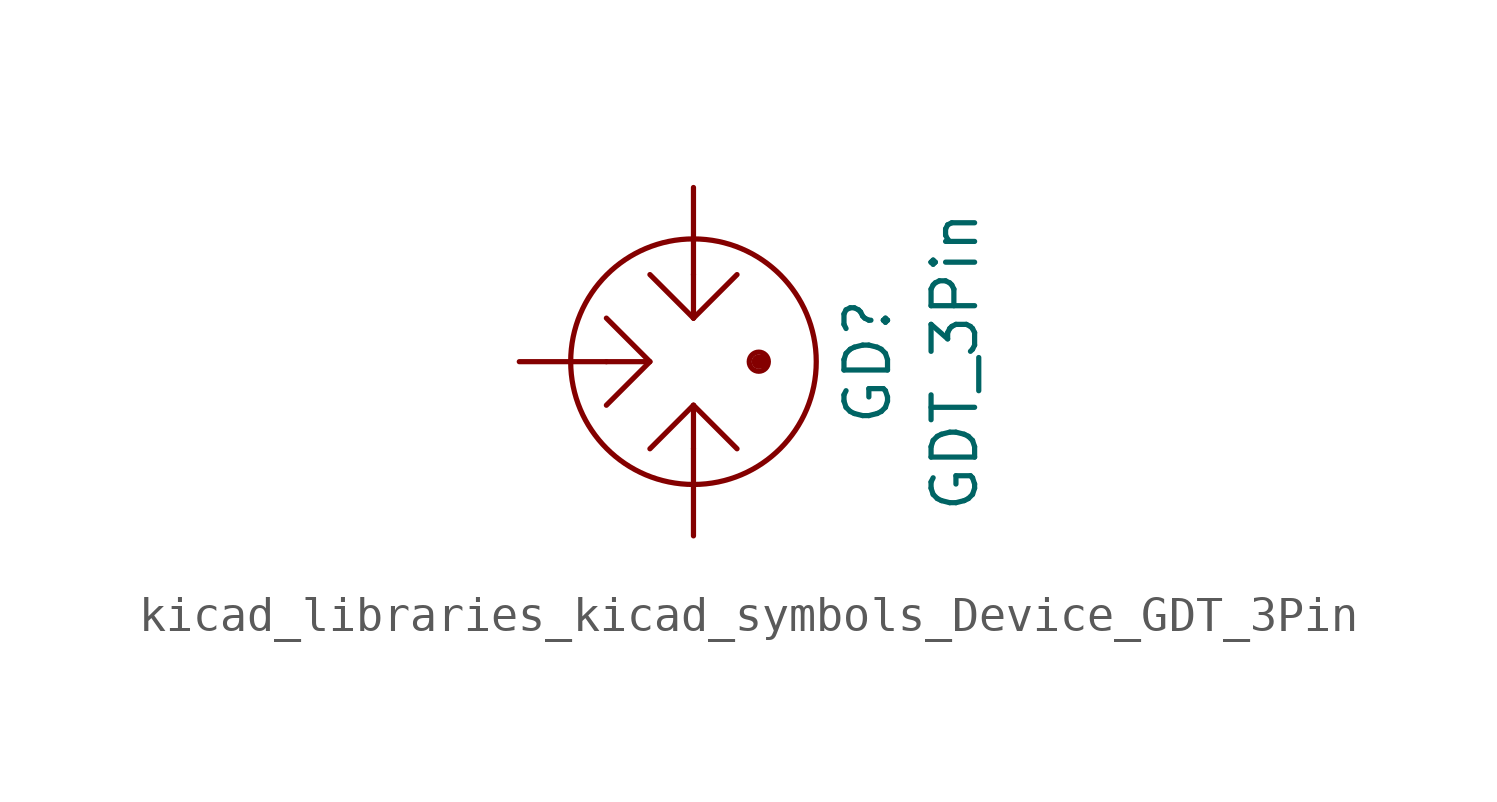
<source format=kicad_sym>
(kicad_symbol_lib
  (version 20220914)
  (generator kicad_symbol_editor)
  (symbol "kicad_libraries_kicad_symbols_Device_GDT_3Pin"
    (pin_numbers hide)
    (property "Reference" "GD"
      (at 5.08 0 90)
      (effects (font (size 1.27 1.27))))
    (property "Value" "GDT_3Pin"
      (at 7.62 0 90)
      (effects (font (size 1.27 1.27))))
    (symbol "kicad_libraries_kicad_symbols_Device_GDT_3Pin_0_1"
      (polyline (pts (xy -2.54 0) (xy -1.27 0)) (stroke (width 0) (type default)) (fill (type none)))
      (polyline (pts (xy 0 -2.54) (xy 0 -1.27)) (stroke (width 0) (type default)) (fill (type none)))
      (polyline (pts (xy 0 -1.27) (xy -1.27 -2.54)) (stroke (width 0) (type default)) (fill (type none)))
      (polyline (pts (xy 0 -1.27) (xy 1.27 -2.54)) (stroke (width 0) (type default)) (fill (type none)))
      (polyline (pts (xy 0 1.27) (xy -1.27 2.54)) (stroke (width 0) (type default)) (fill (type none)))
      (polyline (pts (xy 0 1.27) (xy 1.27 2.54)) (stroke (width 0) (type default)) (fill (type none)))
      (polyline (pts (xy 0 2.54) (xy 0 1.27)) (stroke (width 0) (type default)) (fill (type none)))
      (polyline (pts (xy -2.54 1.27) (xy -1.27 0) (xy -2.54 -1.27)) (stroke (width 0) (type default)) (fill (type none)))
      (circle (center 0 0) (radius 3.581) (stroke (width 0) (type default)) (fill (type none)))
      (circle (center 1.905 0) (radius 0.127) (stroke (width 0) (type default)) (fill (type none)))
      (circle (center 1.905 0) (radius 0.127) (stroke (width 0) (type default)) (fill (type none)))
      (circle (center 1.905 0) (radius 0.279) (stroke (width 0) (type default)) (fill (type none)))
      (circle (center 2.032 0) (radius 0.127) (stroke (width 0) (type default)) (fill (type none))))
    (symbol "kicad_libraries_kicad_symbols_Device_GDT_3Pin_1_1"
      (pin passive line (at 0 -5.08 90) (length 2.54) (name "~" (effects (font (size 1.27 1.27)))) (number "1" (effects (font (size 1.27 1.27)))))
      (pin passive line (at -5.08 0 0) (length 2.54) (name "~" (effects (font (size 1.27 1.27)))) (number "2" (effects (font (size 1.27 1.27)))))
      (pin passive line (at 0 5.08 270) (length 2.54) (name "~" (effects (font (size 1.27 1.27)))) (number "3" (effects (font (size 1.27 1.27))))))))
</source>
